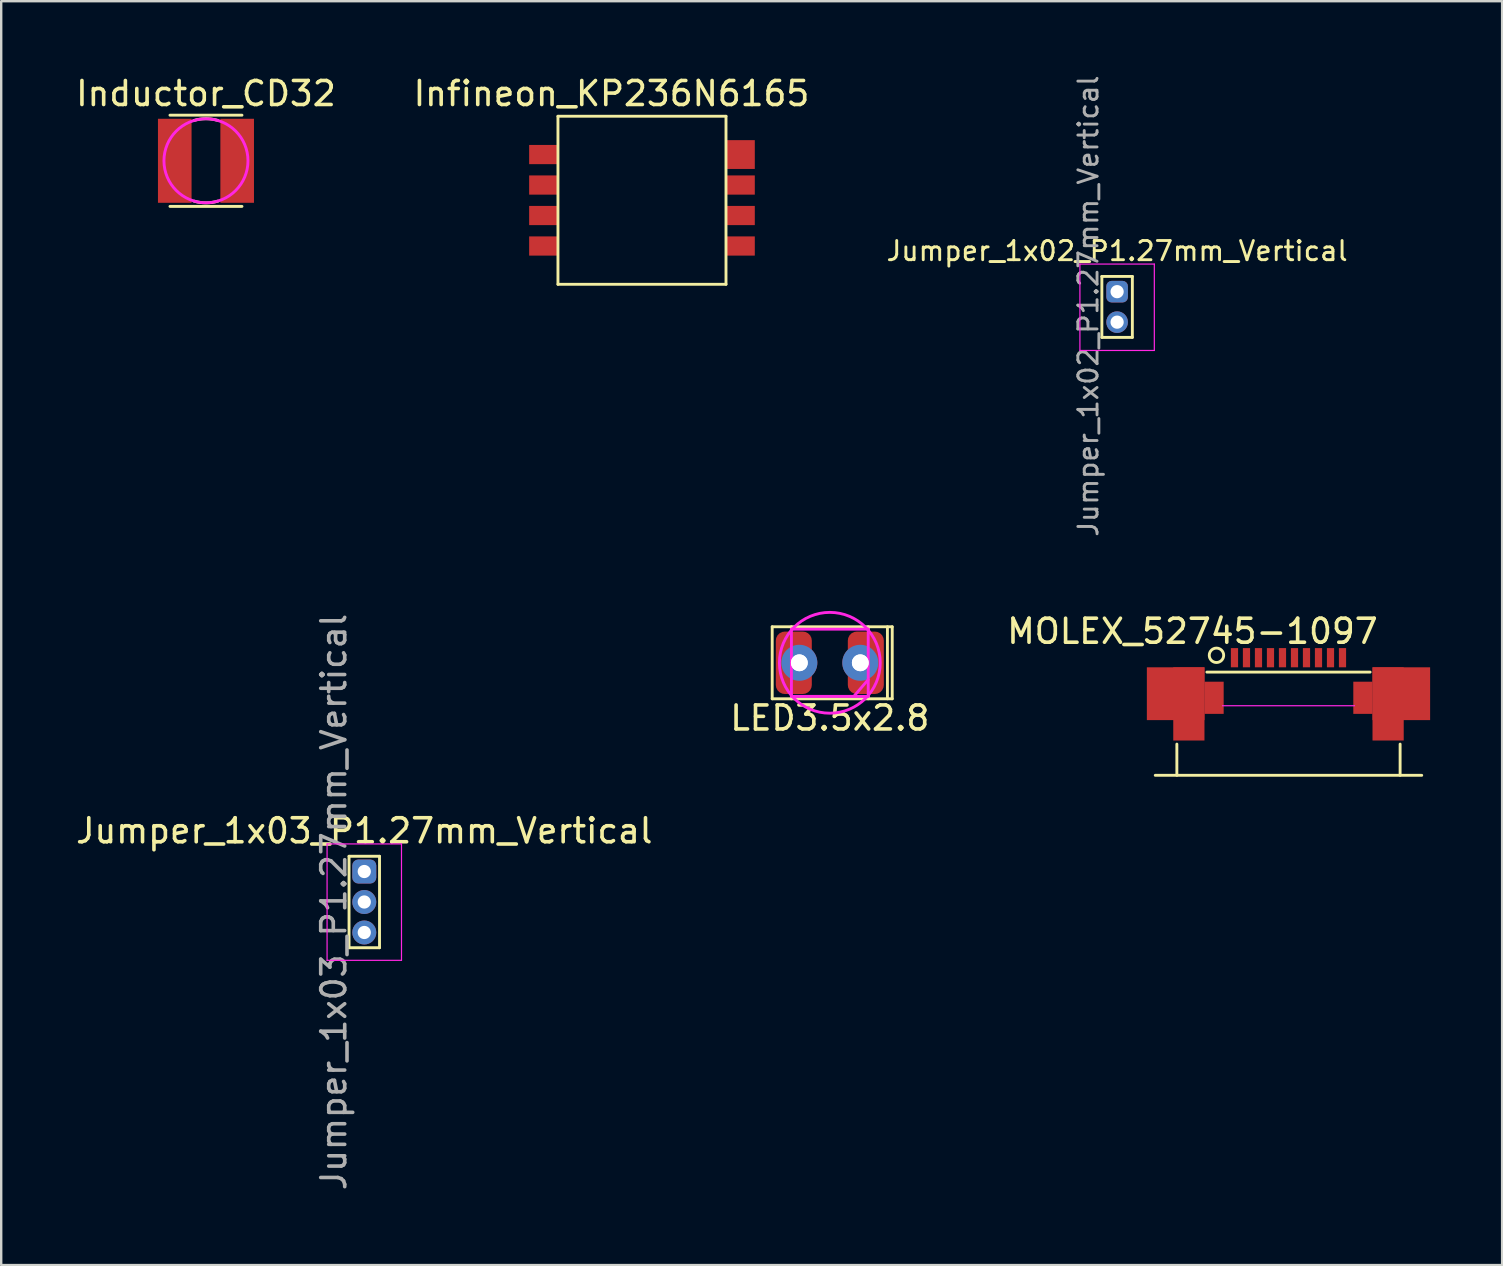
<source format=kicad_pcb>
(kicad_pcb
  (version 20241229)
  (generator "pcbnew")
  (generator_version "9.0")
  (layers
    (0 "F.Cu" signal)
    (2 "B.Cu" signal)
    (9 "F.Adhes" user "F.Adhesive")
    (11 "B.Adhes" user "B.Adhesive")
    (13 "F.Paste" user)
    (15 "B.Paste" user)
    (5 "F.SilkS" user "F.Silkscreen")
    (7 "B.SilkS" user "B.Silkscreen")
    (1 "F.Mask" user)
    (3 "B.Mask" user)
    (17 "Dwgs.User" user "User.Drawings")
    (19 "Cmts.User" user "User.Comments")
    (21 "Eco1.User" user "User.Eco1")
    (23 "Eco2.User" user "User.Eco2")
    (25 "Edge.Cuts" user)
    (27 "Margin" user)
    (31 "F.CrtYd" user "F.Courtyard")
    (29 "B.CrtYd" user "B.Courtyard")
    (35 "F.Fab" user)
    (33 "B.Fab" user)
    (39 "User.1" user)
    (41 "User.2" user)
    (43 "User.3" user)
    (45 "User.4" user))
  (footprint "Jumper_1x03_P1.27mm_Vertical"
    (layer "F.Cu")
    (at 12.125 33.255)
    (property "Reference" "Jumper_1x03_P1.27mm_Vertical" (at 0 -1.695 0) (layer "F.SilkS") (effects (font (size 1 1) (thickness 0.15))))
    (attr through_hole)
    (fp_line (start -0.635 -0.635) (end -0.635 3.175) (stroke (width 0.12) (type solid)) (layer "F.SilkS"))
    (fp_line (start -0.635 -0.635) (end 0.635 -0.635) (stroke (width 0.12) (type solid)) (layer "F.SilkS"))
    (fp_line (start -0.635 3.175) (end 0.635 3.175) (stroke (width 0.12) (type solid)) (layer "F.SilkS"))
    (fp_line (start 0.635 -0.635) (end 0.635 3.175) (stroke (width 0.12) (type solid)) (layer "F.SilkS"))
    (fp_line (start -1.55 -1.15) (end -1.55 3.7) (stroke (width 0.05) (type solid)) (layer "F.CrtYd"))
    (fp_line (start -1.55 3.7) (end 1.55 3.7) (stroke (width 0.05) (type solid)) (layer "F.CrtYd"))
    (fp_line (start 1.55 -1.15) (end -1.55 -1.15) (stroke (width 0.05) (type solid)) (layer "F.CrtYd"))
    (fp_line (start 1.55 3.7) (end 1.55 -1.15) (stroke (width 0.05) (type solid)) (layer "F.CrtYd"))
    (fp_text user "${REFERENCE}" (at -1.27 1.27 90) (layer "F.Fab") (effects (font (size 1 1) (thickness 0.15))))
    (pad "1" thru_hole roundrect (at 0 0) (size 1 1) (drill 0.55) (layers "*.Cu" "*.Mask") (roundrect_rratio 0.25))
    (pad "2" thru_hole oval (at 0 1.27) (size 1 1) (drill 0.55) (layers "*.Cu" "*.Mask"))
    (pad "3" thru_hole oval (at 0 2.54) (size 1 1) (drill 0.55) (layers "*.Cu" "*.Mask")))
  (footprint "MOLEX_52745-1097"
    (layer "F.Cu")
    (at 50.625 24.748)
    (property "Reference" "MOLEX_52745-1097" (at -4 -1.5 0) (layer "F.SilkS") (effects (font (size 1 1) (thickness 0.15))))
    (attr smd)
    (fp_line (start -5.55 4.5) (end 5.55 4.5) (stroke (width 0.12) (type solid)) (layer "F.SilkS"))
    (fp_line (start -4.65 3.2) (end -4.65 4.5) (stroke (width 0.12) (type solid)) (layer "F.SilkS"))
    (fp_line (start -3.4 0.2) (end 3.4 0.2) (stroke (width 0.12) (type solid)) (layer "F.SilkS"))
    (fp_line (start 4.65 3.2) (end 4.65 4.5) (stroke (width 0.12) (type solid)) (layer "F.SilkS"))
    (fp_circle (center -3 -0.5) (end -2.7 -0.5) (stroke (width 0.12) (type solid)) (fill no) (layer "F.SilkS"))
    (fp_line (start -2.75 1.6) (end 2.75 1.6) (stroke (width 0.05) (type solid)) (layer "F.CrtYd"))
    (pad "1" smd rect (at -2.25 -0.4) (size 0.3 0.8) (layers "F.Cu" "F.Mask" "F.Paste"))
    (pad "2" smd rect (at -1.75 -0.4) (size 0.3 0.8) (layers "F.Cu" "F.Mask" "F.Paste"))
    (pad "3" smd rect (at -1.25 -0.4) (size 0.3 0.8) (layers "F.Cu" "F.Mask" "F.Paste"))
    (pad "4" smd rect (at -0.75 -0.4) (size 0.3 0.8) (layers "F.Cu" "F.Mask" "F.Paste"))
    (pad "5" smd rect (at -0.25 -0.4) (size 0.3 0.8) (layers "F.Cu" "F.Mask" "F.Paste"))
    (pad "6" smd rect (at 0.25 -0.4) (size 0.3 0.8) (layers "F.Cu" "F.Mask" "F.Paste"))
    (pad "7" smd rect (at 0.75 -0.4) (size 0.3 0.8) (layers "F.Cu" "F.Mask" "F.Paste"))
    (pad "8" smd rect (at 1.25 -0.4) (size 0.3 0.8) (layers "F.Cu" "F.Mask" "F.Paste"))
    (pad "9" smd rect (at 1.75 -0.4) (size 0.3 0.8) (layers "F.Cu" "F.Mask" "F.Paste"))
    (pad "10" smd rect (at 2.25 -0.4) (size 0.3 0.8) (layers "F.Cu" "F.Mask" "F.Paste"))
    (pad "MP" smd rect (at -4.7 1.1) (size 2.4 2.2) (layers "F.Cu" "F.Mask" "F.Paste"))
    (pad "MP" smd rect (at -4.15 1.525) (size 1.3 3.05) (layers "F.Cu" "F.Mask" "F.Paste"))
    (pad "MP" smd rect (at -3.1 1.27) (size 0.8 1.34) (layers "F.Cu" "F.Mask" "F.Paste"))
    (pad "MP" smd rect (at 3.1 1.27) (size 0.8 1.34) (layers "F.Cu" "F.Mask" "F.Paste"))
    (pad "MP" smd rect (at 4.15 1.525) (size 1.3 3.05) (layers "F.Cu" "F.Mask" "F.Paste"))
    (pad "MP" smd rect (at 4.7 1.1) (size 2.4 2.2) (layers "F.Cu" "F.Mask" "F.Paste")))
  (footprint "Infineon_KP236N6165"
    (layer "F.Cu")
    (at 23.693 5.293)
    (property "Reference" "Infineon_KP236N6165" (at -1.27 -4.445 0) (layer "F.SilkS") (effects (font (size 1 1) (thickness 0.15))))
    (attr through_hole)
    (fp_line (start -3.5 -3.5) (end 3.5 -3.5) (stroke (width 0.12) (type solid)) (layer "F.SilkS"))
    (fp_line (start -3.5 3.5) (end -3.5 -3.5) (stroke (width 0.12) (type solid)) (layer "F.SilkS"))
    (fp_line (start 3.5 -3.5) (end 3.5 3.5) (stroke (width 0.12) (type solid)) (layer "F.SilkS"))
    (fp_line (start 3.5 3.5) (end -3.5 3.5) (stroke (width 0.12) (type solid)) (layer "F.SilkS"))
    (pad "1" smd rect (at -4.1 -1.905) (size 1.2 0.8) (layers "F.Cu" "F.Mask" "F.Paste"))
    (pad "2" smd rect (at -4.1 -0.635) (size 1.2 0.8) (layers "F.Cu" "F.Mask" "F.Paste"))
    (pad "3" smd rect (at -4.1 0.635) (size 1.2 0.8) (layers "F.Cu" "F.Mask" "F.Paste"))
    (pad "4" smd rect (at -4.1 1.905) (size 1.2 0.8) (layers "F.Cu" "F.Mask" "F.Paste"))
    (pad "5" smd rect (at 4.1 1.905) (size 1.2 0.8) (layers "F.Cu" "F.Mask" "F.Paste"))
    (pad "6" smd rect (at 4.1 0.635) (size 1.2 0.8) (layers "F.Cu" "F.Mask" "F.Paste"))
    (pad "7" smd rect (at 4.1 -0.635) (size 1.2 0.8) (layers "F.Cu" "F.Mask" "F.Paste"))
    (pad "8" smd rect (at 4.1 -1.905) (size 1.2 1.2) (layers "F.Cu" "F.Mask" "F.Paste")))
  (footprint "Inductor_CD32"
    (layer "F.Cu")
    (at 5.53 3.648)
    (property "Reference" "Inductor_CD32" (at 0 -2.8 0) (layer "F.SilkS") (effects (font (size 1 1) (thickness 0.15))))
    (attr through_hole)
    (fp_line (start 1.5 -1.9) (end -1.5 -1.9) (stroke (width 0.12) (type solid)) (layer "F.SilkS"))
    (fp_line (start 1.5 1.9) (end -1.5 1.9) (stroke (width 0.12) (type solid)) (layer "F.SilkS"))
    (fp_arc (start -0.502749 -1.679178) (mid -0.001435 -1.752824) (end 0.499999 -1.679999) (stroke (width 0.12) (type solid)) (layer "F.SilkS"))
    (fp_arc (start 0.502749 1.679178) (mid 0.001435 1.752824) (end -0.499999 1.679999) (stroke (width 0.12) (type solid)) (layer "F.SilkS"))
    (fp_circle (center 0 0) (end 1.75 0) (stroke (width 0.12) (type solid)) (fill no) (layer "F.CrtYd"))
    (pad "1" smd rect (at -1.3 0) (size 1.4 3.5) (layers "F.Cu" "F.Mask" "F.Paste"))
    (pad "2" smd rect (at 1.3 0) (size 1.4 3.5) (layers "F.Cu" "F.Mask" "F.Paste")))
  (footprint "LED3.5x2.8"
    (layer "F.Cu")
    (at 31.518 24.56)
    (property "Reference" "LED3.5x2.8" (at 0 2.3 0) (layer "F.SilkS") (effects (font (size 1 1) (thickness 0.15))))
    (attr through_hole)
    (fp_line (start -2.4 -1.5) (end 2.6 -1.5) (stroke (width 0.12) (type solid)) (layer "F.SilkS"))
    (fp_line (start -2.4 1.5) (end -2.4 -1.5) (stroke (width 0.12) (type solid)) (layer "F.SilkS"))
    (fp_line (start -1.6 -1.5) (end -1.6 -1.4) (stroke (width 0.12) (type solid)) (layer "F.SilkS"))
    (fp_line (start -1.6 1.5) (end -1.6 1.4) (stroke (width 0.12) (type solid)) (layer "F.SilkS"))
    (fp_line (start 1.6 -1.5) (end 1.6 -1.4) (stroke (width 0.12) (type solid)) (layer "F.SilkS"))
    (fp_line (start 1.6 1.5) (end 1.6 1.4) (stroke (width 0.12) (type solid)) (layer "F.SilkS"))
    (fp_line (start 2.4 -1.5) (end 2.4 1.5) (stroke (width 0.12) (type solid)) (layer "F.SilkS"))
    (fp_line (start 2.6 -1.5) (end 2.6 1.5) (stroke (width 0.12) (type solid)) (layer "F.SilkS"))
    (fp_line (start 2.6 1.5) (end -2.4 1.5) (stroke (width 0.12) (type solid)) (layer "F.SilkS"))
    (fp_line (start -1.6 -1.4) (end 1.6 -1.4) (stroke (width 0.12) (type solid)) (layer "F.CrtYd"))
    (fp_line (start -1.6 1.4) (end -1.6 -1.4) (stroke (width 0.12) (type solid)) (layer "F.CrtYd"))
    (fp_line (start 1 1.4) (end 1.6 0.7) (stroke (width 0.12) (type solid)) (layer "F.CrtYd"))
    (fp_line (start 1.6 -1.4) (end 1.6 1.4) (stroke (width 0.12) (type solid)) (layer "F.CrtYd"))
    (fp_line (start 1.6 1.4) (end -1.6 1.4) (stroke (width 0.12) (type solid)) (layer "F.CrtYd"))
    (fp_circle (center 0 0) (end 2.1 0) (stroke (width 0.12) (type solid)) (fill no) (layer "F.CrtYd"))
    (pad "1" thru_hole circle (at 1.27 0) (size 1 1) (drill 0.7) (layers "*.Mask" "B.Cu"))
    (pad "1" thru_hole circle (at 1.27 0) (size 1.5 1.5) (drill 0.7) (layers "*.Mask" "F.Cu"))
    (pad "1" smd roundrect (at 1.5 0) (size 1.5 2.6) (layers "F.Cu" "F.Mask" "F.Paste") (roundrect_rratio 0.25))
    (pad "2" smd roundrect (at -1.5 0) (size 1.5 2.6) (layers "F.Cu" "F.Mask" "F.Paste") (roundrect_rratio 0.25))
    (pad "2" thru_hole circle (at -1.27 0) (size 1 1) (drill 0.7) (layers "*.Mask" "B.Cu"))
    (pad "2" thru_hole circle (at -1.27 0) (size 1.5 1.5) (drill 0.7) (layers "*.Mask" "F.Cu")))
  (footprint "Jumper_1x02_P1.27mm_Vertical"
    (layer "F.Cu")
    (at 43.486 9.1)
    (property "Reference" "Jumper_1x02_P1.27mm_Vertical" (at 0 -1.695 0) (layer "F.SilkS") (effects (font (size 0.8 0.8) (thickness 0.12))))
    (attr through_hole)
    (fp_line (start -0.635 -0.635) (end -0.635 1.905) (stroke (width 0.12) (type solid)) (layer "F.SilkS"))
    (fp_line (start -0.635 -0.635) (end 0.635 -0.635) (stroke (width 0.12) (type solid)) (layer "F.SilkS"))
    (fp_line (start -0.635 1.905) (end 0.635 1.905) (stroke (width 0.12) (type solid)) (layer "F.SilkS"))
    (fp_line (start 0.635 -0.635) (end 0.635 1.905) (stroke (width 0.12) (type solid)) (layer "F.SilkS"))
    (fp_line (start -1.55 -1.15) (end -1.55 2.45) (stroke (width 0.05) (type solid)) (layer "F.CrtYd"))
    (fp_line (start -1.55 2.45) (end 1.55 2.45) (stroke (width 0.05) (type solid)) (layer "F.CrtYd"))
    (fp_line (start 1.55 -1.15) (end -1.55 -1.15) (stroke (width 0.05) (type solid)) (layer "F.CrtYd"))
    (fp_line (start 1.55 2.45) (end 1.55 -1.15) (stroke (width 0.05) (type solid)) (layer "F.CrtYd"))
    (fp_text user "${REFERENCE}" (at -1.2 0.6 90) (layer "F.Fab") (effects (font (size 0.8 0.8) (thickness 0.12))))
    (pad "1" thru_hole roundrect (at 0 0) (size 0.9 0.9) (drill 0.55) (layers "*.Cu" "*.Mask") (roundrect_rratio 0.25))
    (pad "2" thru_hole circle (at 0 1.27) (size 0.9 0.9) (drill 0.55) (layers "*.Cu" "*.Mask")))
  (gr_rect
    (start -3 -3)
    (end 59.525 49.65)
    (stroke (width 0.1) (type default))
    (fill no)
    (layer "Edge.Cuts")))
</source>
